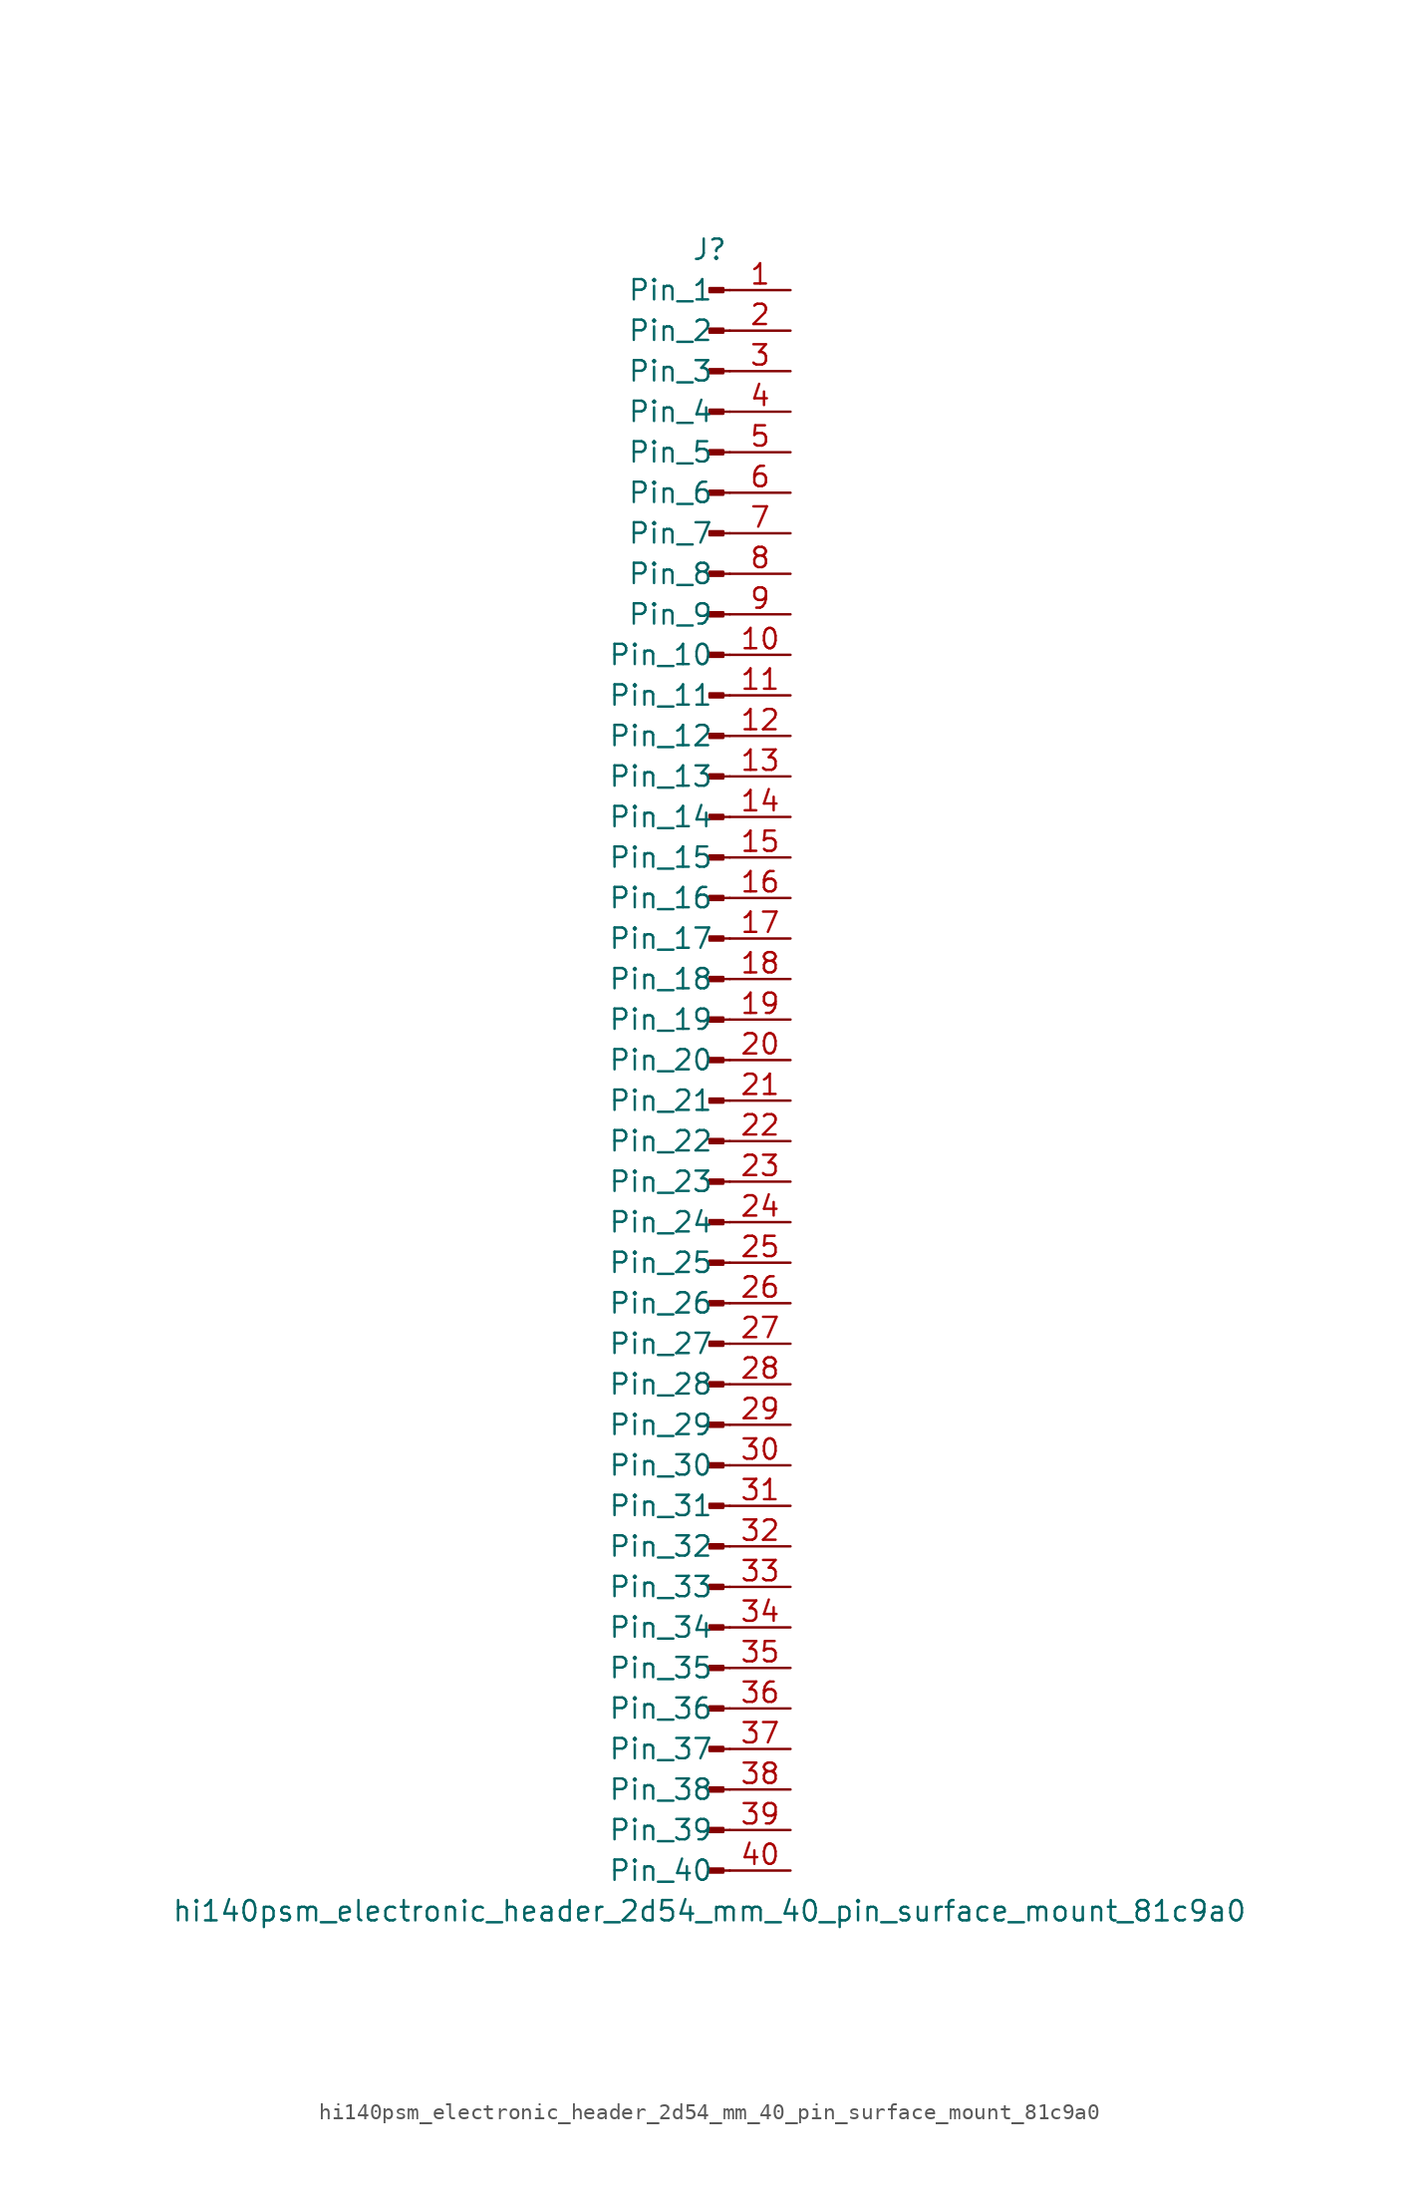
<source format=kicad_sym>
(kicad_symbol_lib
  (version 20220914)
  (generator kicad_symbol_editor)
  (symbol "hi140psm_electronic_header_2d54_mm_40_pin_surface_mount_81c9a0"
    (pin_names
      (offset 1.016))
    (property "Reference" "J"
      (at 0 50.8 0)
      (effects (font (size 1.27 1.27))))
    (property "Value" "hi140psm_electronic_header_2d54_mm_40_pin_surface_mount_81c9a0"
      (at 0 -53.34 0)
      (effects (font (size 1.27 1.27))))
    (property "ki_locked" ""
      (at 0 0 0)
      (effects (font (size 1.27 1.27))))
    (symbol "hi140psm_electronic_header_2d54_mm_40_pin_surface_mount_81c9a0_1_1"
      (polyline (pts (xy 1.27 -50.8) (xy 0.864 -50.8)) (stroke (width 0.152) (type default)) (fill (type none)))
      (polyline (pts (xy 1.27 -48.26) (xy 0.864 -48.26)) (stroke (width 0.152) (type default)) (fill (type none)))
      (polyline (pts (xy 1.27 -45.72) (xy 0.864 -45.72)) (stroke (width 0.152) (type default)) (fill (type none)))
      (polyline (pts (xy 1.27 -43.18) (xy 0.864 -43.18)) (stroke (width 0.152) (type default)) (fill (type none)))
      (polyline (pts (xy 1.27 -40.64) (xy 0.864 -40.64)) (stroke (width 0.152) (type default)) (fill (type none)))
      (polyline (pts (xy 1.27 -38.1) (xy 0.864 -38.1)) (stroke (width 0.152) (type default)) (fill (type none)))
      (polyline (pts (xy 1.27 -35.56) (xy 0.864 -35.56)) (stroke (width 0.152) (type default)) (fill (type none)))
      (polyline (pts (xy 1.27 -33.02) (xy 0.864 -33.02)) (stroke (width 0.152) (type default)) (fill (type none)))
      (polyline (pts (xy 1.27 -30.48) (xy 0.864 -30.48)) (stroke (width 0.152) (type default)) (fill (type none)))
      (polyline (pts (xy 1.27 -27.94) (xy 0.864 -27.94)) (stroke (width 0.152) (type default)) (fill (type none)))
      (polyline (pts (xy 1.27 -25.4) (xy 0.864 -25.4)) (stroke (width 0.152) (type default)) (fill (type none)))
      (polyline (pts (xy 1.27 -22.86) (xy 0.864 -22.86)) (stroke (width 0.152) (type default)) (fill (type none)))
      (polyline (pts (xy 1.27 -20.32) (xy 0.864 -20.32)) (stroke (width 0.152) (type default)) (fill (type none)))
      (polyline (pts (xy 1.27 -17.78) (xy 0.864 -17.78)) (stroke (width 0.152) (type default)) (fill (type none)))
      (polyline (pts (xy 1.27 -15.24) (xy 0.864 -15.24)) (stroke (width 0.152) (type default)) (fill (type none)))
      (polyline (pts (xy 1.27 -12.7) (xy 0.864 -12.7)) (stroke (width 0.152) (type default)) (fill (type none)))
      (polyline (pts (xy 1.27 -10.16) (xy 0.864 -10.16)) (stroke (width 0.152) (type default)) (fill (type none)))
      (polyline (pts (xy 1.27 -7.62) (xy 0.864 -7.62)) (stroke (width 0.152) (type default)) (fill (type none)))
      (polyline (pts (xy 1.27 -5.08) (xy 0.864 -5.08)) (stroke (width 0.152) (type default)) (fill (type none)))
      (polyline (pts (xy 1.27 -2.54) (xy 0.864 -2.54)) (stroke (width 0.152) (type default)) (fill (type none)))
      (polyline (pts (xy 1.27 0) (xy 0.864 0)) (stroke (width 0.152) (type default)) (fill (type none)))
      (polyline (pts (xy 1.27 2.54) (xy 0.864 2.54)) (stroke (width 0.152) (type default)) (fill (type none)))
      (polyline (pts (xy 1.27 5.08) (xy 0.864 5.08)) (stroke (width 0.152) (type default)) (fill (type none)))
      (polyline (pts (xy 1.27 7.62) (xy 0.864 7.62)) (stroke (width 0.152) (type default)) (fill (type none)))
      (polyline (pts (xy 1.27 10.16) (xy 0.864 10.16)) (stroke (width 0.152) (type default)) (fill (type none)))
      (polyline (pts (xy 1.27 12.7) (xy 0.864 12.7)) (stroke (width 0.152) (type default)) (fill (type none)))
      (polyline (pts (xy 1.27 15.24) (xy 0.864 15.24)) (stroke (width 0.152) (type default)) (fill (type none)))
      (polyline (pts (xy 1.27 17.78) (xy 0.864 17.78)) (stroke (width 0.152) (type default)) (fill (type none)))
      (polyline (pts (xy 1.27 20.32) (xy 0.864 20.32)) (stroke (width 0.152) (type default)) (fill (type none)))
      (polyline (pts (xy 1.27 22.86) (xy 0.864 22.86)) (stroke (width 0.152) (type default)) (fill (type none)))
      (polyline (pts (xy 1.27 25.4) (xy 0.864 25.4)) (stroke (width 0.152) (type default)) (fill (type none)))
      (polyline (pts (xy 1.27 27.94) (xy 0.864 27.94)) (stroke (width 0.152) (type default)) (fill (type none)))
      (polyline (pts (xy 1.27 30.48) (xy 0.864 30.48)) (stroke (width 0.152) (type default)) (fill (type none)))
      (polyline (pts (xy 1.27 33.02) (xy 0.864 33.02)) (stroke (width 0.152) (type default)) (fill (type none)))
      (polyline (pts (xy 1.27 35.56) (xy 0.864 35.56)) (stroke (width 0.152) (type default)) (fill (type none)))
      (polyline (pts (xy 1.27 38.1) (xy 0.864 38.1)) (stroke (width 0.152) (type default)) (fill (type none)))
      (polyline (pts (xy 1.27 40.64) (xy 0.864 40.64)) (stroke (width 0.152) (type default)) (fill (type none)))
      (polyline (pts (xy 1.27 43.18) (xy 0.864 43.18)) (stroke (width 0.152) (type default)) (fill (type none)))
      (polyline (pts (xy 1.27 45.72) (xy 0.864 45.72)) (stroke (width 0.152) (type default)) (fill (type none)))
      (polyline (pts (xy 1.27 48.26) (xy 0.864 48.26)) (stroke (width 0.152) (type default)) (fill (type none)))
      (rectangle (start 0.864 -50.673) (end 0 -50.927) (stroke (width 0.152) (type default)) (fill (type outline)))
      (rectangle (start 0.864 -48.133) (end 0 -48.387) (stroke (width 0.152) (type default)) (fill (type outline)))
      (rectangle (start 0.864 -45.593) (end 0 -45.847) (stroke (width 0.152) (type default)) (fill (type outline)))
      (rectangle (start 0.864 -43.053) (end 0 -43.307) (stroke (width 0.152) (type default)) (fill (type outline)))
      (rectangle (start 0.864 -40.513) (end 0 -40.767) (stroke (width 0.152) (type default)) (fill (type outline)))
      (rectangle (start 0.864 -37.973) (end 0 -38.227) (stroke (width 0.152) (type default)) (fill (type outline)))
      (rectangle (start 0.864 -35.433) (end 0 -35.687) (stroke (width 0.152) (type default)) (fill (type outline)))
      (rectangle (start 0.864 -32.893) (end 0 -33.147) (stroke (width 0.152) (type default)) (fill (type outline)))
      (rectangle (start 0.864 -30.353) (end 0 -30.607) (stroke (width 0.152) (type default)) (fill (type outline)))
      (rectangle (start 0.864 -27.813) (end 0 -28.067) (stroke (width 0.152) (type default)) (fill (type outline)))
      (rectangle (start 0.864 -25.273) (end 0 -25.527) (stroke (width 0.152) (type default)) (fill (type outline)))
      (rectangle (start 0.864 -22.733) (end 0 -22.987) (stroke (width 0.152) (type default)) (fill (type outline)))
      (rectangle (start 0.864 -20.193) (end 0 -20.447) (stroke (width 0.152) (type default)) (fill (type outline)))
      (rectangle (start 0.864 -17.653) (end 0 -17.907) (stroke (width 0.152) (type default)) (fill (type outline)))
      (rectangle (start 0.864 -15.113) (end 0 -15.367) (stroke (width 0.152) (type default)) (fill (type outline)))
      (rectangle (start 0.864 -12.573) (end 0 -12.827) (stroke (width 0.152) (type default)) (fill (type outline)))
      (rectangle (start 0.864 -10.033) (end 0 -10.287) (stroke (width 0.152) (type default)) (fill (type outline)))
      (rectangle (start 0.864 -7.493) (end 0 -7.747) (stroke (width 0.152) (type default)) (fill (type outline)))
      (rectangle (start 0.864 -4.953) (end 0 -5.207) (stroke (width 0.152) (type default)) (fill (type outline)))
      (rectangle (start 0.864 -2.413) (end 0 -2.667) (stroke (width 0.152) (type default)) (fill (type outline)))
      (rectangle (start 0.864 0.127) (end 0 -0.127) (stroke (width 0.152) (type default)) (fill (type outline)))
      (rectangle (start 0.864 2.667) (end 0 2.413) (stroke (width 0.152) (type default)) (fill (type outline)))
      (rectangle (start 0.864 5.207) (end 0 4.953) (stroke (width 0.152) (type default)) (fill (type outline)))
      (rectangle (start 0.864 7.747) (end 0 7.493) (stroke (width 0.152) (type default)) (fill (type outline)))
      (rectangle (start 0.864 10.287) (end 0 10.033) (stroke (width 0.152) (type default)) (fill (type outline)))
      (rectangle (start 0.864 12.827) (end 0 12.573) (stroke (width 0.152) (type default)) (fill (type outline)))
      (rectangle (start 0.864 15.367) (end 0 15.113) (stroke (width 0.152) (type default)) (fill (type outline)))
      (rectangle (start 0.864 17.907) (end 0 17.653) (stroke (width 0.152) (type default)) (fill (type outline)))
      (rectangle (start 0.864 20.447) (end 0 20.193) (stroke (width 0.152) (type default)) (fill (type outline)))
      (rectangle (start 0.864 22.987) (end 0 22.733) (stroke (width 0.152) (type default)) (fill (type outline)))
      (rectangle (start 0.864 25.527) (end 0 25.273) (stroke (width 0.152) (type default)) (fill (type outline)))
      (rectangle (start 0.864 28.067) (end 0 27.813) (stroke (width 0.152) (type default)) (fill (type outline)))
      (rectangle (start 0.864 30.607) (end 0 30.353) (stroke (width 0.152) (type default)) (fill (type outline)))
      (rectangle (start 0.864 33.147) (end 0 32.893) (stroke (width 0.152) (type default)) (fill (type outline)))
      (rectangle (start 0.864 35.687) (end 0 35.433) (stroke (width 0.152) (type default)) (fill (type outline)))
      (rectangle (start 0.864 38.227) (end 0 37.973) (stroke (width 0.152) (type default)) (fill (type outline)))
      (rectangle (start 0.864 40.767) (end 0 40.513) (stroke (width 0.152) (type default)) (fill (type outline)))
      (rectangle (start 0.864 43.307) (end 0 43.053) (stroke (width 0.152) (type default)) (fill (type outline)))
      (rectangle (start 0.864 45.847) (end 0 45.593) (stroke (width 0.152) (type default)) (fill (type outline)))
      (rectangle (start 0.864 48.387) (end 0 48.133) (stroke (width 0.152) (type default)) (fill (type outline)))
      (pin passive line (at 5.08 48.26 180) (length 3.81) (name "Pin_1" (effects (font (size 1.27 1.27)))) (number "1" (effects (font (size 1.27 1.27)))))
      (pin passive line (at 5.08 25.4 180) (length 3.81) (name "Pin_10" (effects (font (size 1.27 1.27)))) (number "10" (effects (font (size 1.27 1.27)))))
      (pin passive line (at 5.08 22.86 180) (length 3.81) (name "Pin_11" (effects (font (size 1.27 1.27)))) (number "11" (effects (font (size 1.27 1.27)))))
      (pin passive line (at 5.08 20.32 180) (length 3.81) (name "Pin_12" (effects (font (size 1.27 1.27)))) (number "12" (effects (font (size 1.27 1.27)))))
      (pin passive line (at 5.08 17.78 180) (length 3.81) (name "Pin_13" (effects (font (size 1.27 1.27)))) (number "13" (effects (font (size 1.27 1.27)))))
      (pin passive line (at 5.08 15.24 180) (length 3.81) (name "Pin_14" (effects (font (size 1.27 1.27)))) (number "14" (effects (font (size 1.27 1.27)))))
      (pin passive line (at 5.08 12.7 180) (length 3.81) (name "Pin_15" (effects (font (size 1.27 1.27)))) (number "15" (effects (font (size 1.27 1.27)))))
      (pin passive line (at 5.08 10.16 180) (length 3.81) (name "Pin_16" (effects (font (size 1.27 1.27)))) (number "16" (effects (font (size 1.27 1.27)))))
      (pin passive line (at 5.08 7.62 180) (length 3.81) (name "Pin_17" (effects (font (size 1.27 1.27)))) (number "17" (effects (font (size 1.27 1.27)))))
      (pin passive line (at 5.08 5.08 180) (length 3.81) (name "Pin_18" (effects (font (size 1.27 1.27)))) (number "18" (effects (font (size 1.27 1.27)))))
      (pin passive line (at 5.08 2.54 180) (length 3.81) (name "Pin_19" (effects (font (size 1.27 1.27)))) (number "19" (effects (font (size 1.27 1.27)))))
      (pin passive line (at 5.08 45.72 180) (length 3.81) (name "Pin_2" (effects (font (size 1.27 1.27)))) (number "2" (effects (font (size 1.27 1.27)))))
      (pin passive line (at 5.08 0 180) (length 3.81) (name "Pin_20" (effects (font (size 1.27 1.27)))) (number "20" (effects (font (size 1.27 1.27)))))
      (pin passive line (at 5.08 -2.54 180) (length 3.81) (name "Pin_21" (effects (font (size 1.27 1.27)))) (number "21" (effects (font (size 1.27 1.27)))))
      (pin passive line (at 5.08 -5.08 180) (length 3.81) (name "Pin_22" (effects (font (size 1.27 1.27)))) (number "22" (effects (font (size 1.27 1.27)))))
      (pin passive line (at 5.08 -7.62 180) (length 3.81) (name "Pin_23" (effects (font (size 1.27 1.27)))) (number "23" (effects (font (size 1.27 1.27)))))
      (pin passive line (at 5.08 -10.16 180) (length 3.81) (name "Pin_24" (effects (font (size 1.27 1.27)))) (number "24" (effects (font (size 1.27 1.27)))))
      (pin passive line (at 5.08 -12.7 180) (length 3.81) (name "Pin_25" (effects (font (size 1.27 1.27)))) (number "25" (effects (font (size 1.27 1.27)))))
      (pin passive line (at 5.08 -15.24 180) (length 3.81) (name "Pin_26" (effects (font (size 1.27 1.27)))) (number "26" (effects (font (size 1.27 1.27)))))
      (pin passive line (at 5.08 -17.78 180) (length 3.81) (name "Pin_27" (effects (font (size 1.27 1.27)))) (number "27" (effects (font (size 1.27 1.27)))))
      (pin passive line (at 5.08 -20.32 180) (length 3.81) (name "Pin_28" (effects (font (size 1.27 1.27)))) (number "28" (effects (font (size 1.27 1.27)))))
      (pin passive line (at 5.08 -22.86 180) (length 3.81) (name "Pin_29" (effects (font (size 1.27 1.27)))) (number "29" (effects (font (size 1.27 1.27)))))
      (pin passive line (at 5.08 43.18 180) (length 3.81) (name "Pin_3" (effects (font (size 1.27 1.27)))) (number "3" (effects (font (size 1.27 1.27)))))
      (pin passive line (at 5.08 -25.4 180) (length 3.81) (name "Pin_30" (effects (font (size 1.27 1.27)))) (number "30" (effects (font (size 1.27 1.27)))))
      (pin passive line (at 5.08 -27.94 180) (length 3.81) (name "Pin_31" (effects (font (size 1.27 1.27)))) (number "31" (effects (font (size 1.27 1.27)))))
      (pin passive line (at 5.08 -30.48 180) (length 3.81) (name "Pin_32" (effects (font (size 1.27 1.27)))) (number "32" (effects (font (size 1.27 1.27)))))
      (pin passive line (at 5.08 -33.02 180) (length 3.81) (name "Pin_33" (effects (font (size 1.27 1.27)))) (number "33" (effects (font (size 1.27 1.27)))))
      (pin passive line (at 5.08 -35.56 180) (length 3.81) (name "Pin_34" (effects (font (size 1.27 1.27)))) (number "34" (effects (font (size 1.27 1.27)))))
      (pin passive line (at 5.08 -38.1 180) (length 3.81) (name "Pin_35" (effects (font (size 1.27 1.27)))) (number "35" (effects (font (size 1.27 1.27)))))
      (pin passive line (at 5.08 -40.64 180) (length 3.81) (name "Pin_36" (effects (font (size 1.27 1.27)))) (number "36" (effects (font (size 1.27 1.27)))))
      (pin passive line (at 5.08 -43.18 180) (length 3.81) (name "Pin_37" (effects (font (size 1.27 1.27)))) (number "37" (effects (font (size 1.27 1.27)))))
      (pin passive line (at 5.08 -45.72 180) (length 3.81) (name "Pin_38" (effects (font (size 1.27 1.27)))) (number "38" (effects (font (size 1.27 1.27)))))
      (pin passive line (at 5.08 -48.26 180) (length 3.81) (name "Pin_39" (effects (font (size 1.27 1.27)))) (number "39" (effects (font (size 1.27 1.27)))))
      (pin passive line (at 5.08 40.64 180) (length 3.81) (name "Pin_4" (effects (font (size 1.27 1.27)))) (number "4" (effects (font (size 1.27 1.27)))))
      (pin passive line (at 5.08 -50.8 180) (length 3.81) (name "Pin_40" (effects (font (size 1.27 1.27)))) (number "40" (effects (font (size 1.27 1.27)))))
      (pin passive line (at 5.08 38.1 180) (length 3.81) (name "Pin_5" (effects (font (size 1.27 1.27)))) (number "5" (effects (font (size 1.27 1.27)))))
      (pin passive line (at 5.08 35.56 180) (length 3.81) (name "Pin_6" (effects (font (size 1.27 1.27)))) (number "6" (effects (font (size 1.27 1.27)))))
      (pin passive line (at 5.08 33.02 180) (length 3.81) (name "Pin_7" (effects (font (size 1.27 1.27)))) (number "7" (effects (font (size 1.27 1.27)))))
      (pin passive line (at 5.08 30.48 180) (length 3.81) (name "Pin_8" (effects (font (size 1.27 1.27)))) (number "8" (effects (font (size 1.27 1.27)))))
      (pin passive line (at 5.08 27.94 180) (length 3.81) (name "Pin_9" (effects (font (size 1.27 1.27)))) (number "9" (effects (font (size 1.27 1.27))))))))
</source>
